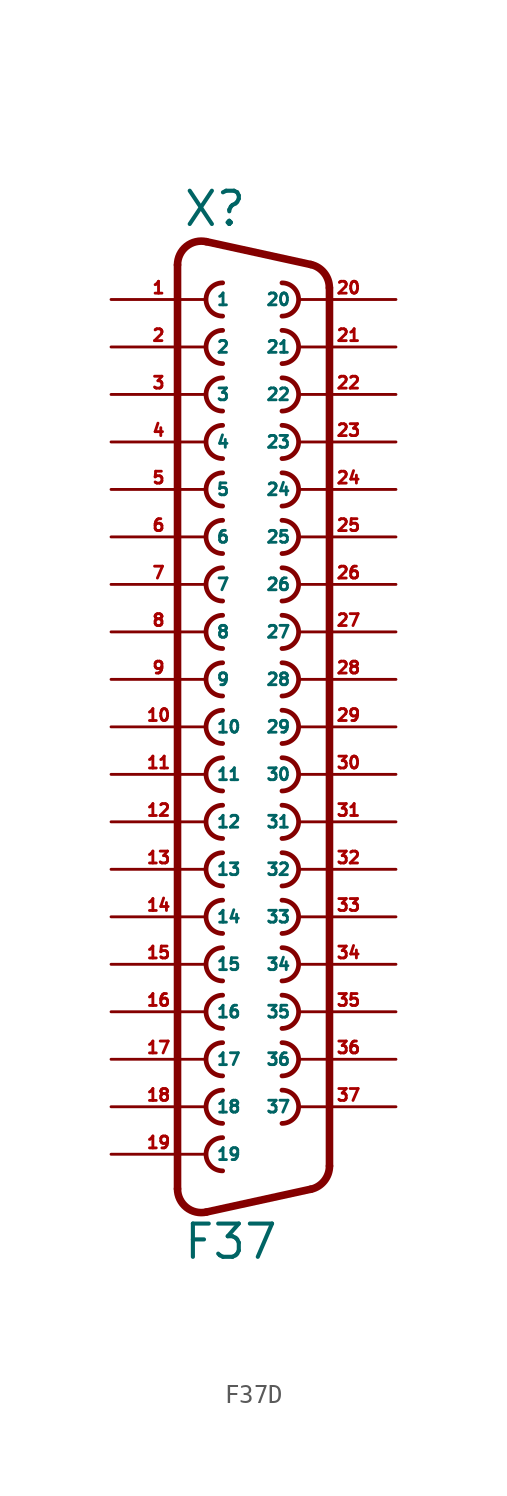
<source format=kicad_sym>
(kicad_symbol_lib
  (version 20220914)
  (generator Eagle2Kicad)
  (symbol "F37D"
    (property "Reference" "X"
      (at -3.81 26.67 0)
      (effects (font (size 1.778 1.778) (thickness 0.22)) (justify left bottom)))
    (property "Value" "F37"
      (at -3.81 -28.575 0)
      (effects (font (size 1.778 1.778) (thickness 0.22)) (justify left bottom)))
    (arc
      (start -1.651 23.749)
      (mid -2.540 22.860)
      (end -1.651 21.971)
      (stroke (width 0.254) (type default))
      (fill (type none)))
    (arc
      (start 1.524 21.971)
      (mid 2.413 22.860)
      (end 1.524 23.749)
      (stroke (width 0.254) (type default))
      (fill (type none)))
    (arc
      (start -1.651 21.209)
      (mid -2.540 20.320)
      (end -1.651 19.431)
      (stroke (width 0.254) (type default))
      (fill (type none)))
    (arc
      (start 1.524 19.431)
      (mid 2.413 20.320)
      (end 1.524 21.209)
      (stroke (width 0.254) (type default))
      (fill (type none)))
    (arc
      (start -1.651 18.669)
      (mid -2.540 17.780)
      (end -1.651 16.891)
      (stroke (width 0.254) (type default))
      (fill (type none)))
    (arc
      (start 1.524 16.891)
      (mid 2.413 17.780)
      (end 1.524 18.669)
      (stroke (width 0.254) (type default))
      (fill (type none)))
    (arc
      (start -1.651 16.129)
      (mid -2.540 15.240)
      (end -1.651 14.351)
      (stroke (width 0.254) (type default))
      (fill (type none)))
    (arc
      (start 1.524 14.351)
      (mid 2.413 15.240)
      (end 1.524 16.129)
      (stroke (width 0.254) (type default))
      (fill (type none)))
    (arc
      (start -1.651 13.589)
      (mid -2.540 12.700)
      (end -1.651 11.811)
      (stroke (width 0.254) (type default))
      (fill (type none)))
    (arc
      (start 1.524 11.811)
      (mid 2.413 12.700)
      (end 1.524 13.589)
      (stroke (width 0.254) (type default))
      (fill (type none)))
    (arc
      (start -1.651 11.049)
      (mid -2.540 10.160)
      (end -1.651 9.271)
      (stroke (width 0.254) (type default))
      (fill (type none)))
    (arc
      (start 1.524 9.271)
      (mid 2.413 10.160)
      (end 1.524 11.049)
      (stroke (width 0.254) (type default))
      (fill (type none)))
    (arc
      (start -1.651 8.509)
      (mid -2.540 7.620)
      (end -1.651 6.731)
      (stroke (width 0.254) (type default))
      (fill (type none)))
    (arc
      (start 1.524 6.731)
      (mid 2.413 7.620)
      (end 1.524 8.509)
      (stroke (width 0.254) (type default))
      (fill (type none)))
    (arc
      (start -1.651 5.969)
      (mid -2.540 5.080)
      (end -1.651 4.191)
      (stroke (width 0.254) (type default))
      (fill (type none)))
    (arc
      (start 1.524 4.191)
      (mid 2.413 5.080)
      (end 1.524 5.969)
      (stroke (width 0.254) (type default))
      (fill (type none)))
    (arc
      (start -1.651 3.429)
      (mid -2.540 2.540)
      (end -1.651 1.651)
      (stroke (width 0.254) (type default))
      (fill (type none)))
    (arc
      (start 1.524 1.651)
      (mid 2.413 2.540)
      (end 1.524 3.429)
      (stroke (width 0.254) (type default))
      (fill (type none)))
    (arc
      (start -1.651 0.889)
      (mid -2.540 0.000)
      (end -1.651 -0.889)
      (stroke (width 0.254) (type default))
      (fill (type none)))
    (arc
      (start 1.524 -0.889)
      (mid 2.413 0.000)
      (end 1.524 0.889)
      (stroke (width 0.254) (type default))
      (fill (type none)))
    (arc
      (start -1.651 -1.651)
      (mid -2.540 -2.540)
      (end -1.651 -3.429)
      (stroke (width 0.254) (type default))
      (fill (type none)))
    (arc
      (start 1.524 -3.429)
      (mid 2.413 -2.540)
      (end 1.524 -1.651)
      (stroke (width 0.254) (type default))
      (fill (type none)))
    (arc
      (start -1.651 -4.191)
      (mid -2.540 -5.080)
      (end -1.651 -5.969)
      (stroke (width 0.254) (type default))
      (fill (type none)))
    (arc
      (start 1.524 -5.969)
      (mid 2.413 -5.080)
      (end 1.524 -4.191)
      (stroke (width 0.254) (type default))
      (fill (type none)))
    (arc
      (start -1.651 -6.731)
      (mid -2.540 -7.620)
      (end -1.651 -8.509)
      (stroke (width 0.254) (type default))
      (fill (type none)))
    (arc
      (start 1.524 -8.509)
      (mid 2.413 -7.620)
      (end 1.524 -6.731)
      (stroke (width 0.254) (type default))
      (fill (type none)))
    (arc
      (start -1.651 -9.271)
      (mid -2.540 -10.160)
      (end -1.651 -11.049)
      (stroke (width 0.254) (type default))
      (fill (type none)))
    (arc
      (start 1.524 -11.049)
      (mid 2.413 -10.160)
      (end 1.524 -9.271)
      (stroke (width 0.254) (type default))
      (fill (type none)))
    (arc
      (start -1.651 -11.811)
      (mid -2.540 -12.700)
      (end -1.651 -13.589)
      (stroke (width 0.254) (type default))
      (fill (type none)))
    (arc
      (start 1.524 -13.589)
      (mid 2.413 -12.700)
      (end 1.524 -11.811)
      (stroke (width 0.254) (type default))
      (fill (type none)))
    (arc
      (start -1.651 -14.351)
      (mid -2.540 -15.240)
      (end -1.651 -16.129)
      (stroke (width 0.254) (type default))
      (fill (type none)))
    (arc
      (start 1.524 -16.129)
      (mid 2.413 -15.240)
      (end 1.524 -14.351)
      (stroke (width 0.254) (type default))
      (fill (type none)))
    (arc
      (start -1.651 -16.891)
      (mid -2.540 -17.780)
      (end -1.651 -18.669)
      (stroke (width 0.254) (type default))
      (fill (type none)))
    (arc
      (start 1.524 -18.669)
      (mid 2.413 -17.780)
      (end 1.524 -16.891)
      (stroke (width 0.254) (type default))
      (fill (type none)))
    (arc
      (start -1.651 -19.431)
      (mid -2.540 -20.320)
      (end -1.651 -21.209)
      (stroke (width 0.254) (type default))
      (fill (type none)))
    (arc
      (start 1.524 -21.209)
      (mid 2.413 -20.320)
      (end 1.524 -19.431)
      (stroke (width 0.254) (type default))
      (fill (type none)))
    (arc
      (start -1.651 -21.971)
      (mid -2.540 -22.860)
      (end -1.651 -23.749)
      (stroke (width 0.254) (type default))
      (fill (type none)))
    (arc
      (start -2.5226 25.952)
      (mid -3.590 25.701)
      (end -4.064 24.7112)
      (stroke (width 0.4064) (type default))
      (fill (type none)))
    (polyline
      (pts (xy -2.523 25.952) (xy 3.065 24.729))
      (stroke (width 0.406) (type default))
      (fill (type none)))
    (arc
      (start 4.0642 23.4888)
      (mid 3.783 24.285)
      (end 3.0654 24.7295)
      (stroke (width 0.4064) (type default))
      (fill (type none)))
    (polyline
      (pts (xy 4.064 -23.489) (xy 4.064 23.489))
      (stroke (width 0.406) (type default))
      (fill (type none)))
    (arc
      (start 3.0654 -24.7294)
      (mid 3.783 -24.285)
      (end 4.064 -23.4888)
      (stroke (width 0.4064) (type default))
      (fill (type none)))
    (polyline
      (pts (xy -4.064 -24.711) (xy -4.064 24.711))
      (stroke (width 0.406) (type default))
      (fill (type none)))
    (polyline
      (pts (xy -2.523 -25.952) (xy 3.065 -24.729))
      (stroke (width 0.406) (type default))
      (fill (type none)))
    (arc
      (start -4.064 -24.7112)
      (mid -3.590 -25.701)
      (end -2.5226 -25.9519)
      (stroke (width 0.4064) (type default))
      (fill (type none)))
    (pin passive line
      (at -7.62 22.86 0)
      (length 5.08)
      (name "1" (effects (font (size 0.635 0.635) (thickness 0.08)) (justify left bottom)))
      (number "1" (effects (font (size 0.635 0.635) (thickness 0.08)) (justify left bottom))))
    (pin passive line
      (at 7.62 22.86 180)
      (length 5.08)
      (name "20" (effects (font (size 0.635 0.635) (thickness 0.08)) (justify left bottom)))
      (number "20" (effects (font (size 0.635 0.635) (thickness 0.08)) (justify left bottom))))
    (pin passive line
      (at -7.62 20.32 0)
      (length 5.08)
      (name "2" (effects (font (size 0.635 0.635) (thickness 0.08)) (justify left bottom)))
      (number "2" (effects (font (size 0.635 0.635) (thickness 0.08)) (justify left bottom))))
    (pin passive line
      (at 7.62 20.32 180)
      (length 5.08)
      (name "21" (effects (font (size 0.635 0.635) (thickness 0.08)) (justify left bottom)))
      (number "21" (effects (font (size 0.635 0.635) (thickness 0.08)) (justify left bottom))))
    (pin passive line
      (at -7.62 17.78 0)
      (length 5.08)
      (name "3" (effects (font (size 0.635 0.635) (thickness 0.08)) (justify left bottom)))
      (number "3" (effects (font (size 0.635 0.635) (thickness 0.08)) (justify left bottom))))
    (pin passive line
      (at 7.62 17.78 180)
      (length 5.08)
      (name "22" (effects (font (size 0.635 0.635) (thickness 0.08)) (justify left bottom)))
      (number "22" (effects (font (size 0.635 0.635) (thickness 0.08)) (justify left bottom))))
    (pin passive line
      (at -7.62 15.24 0)
      (length 5.08)
      (name "4" (effects (font (size 0.635 0.635) (thickness 0.08)) (justify left bottom)))
      (number "4" (effects (font (size 0.635 0.635) (thickness 0.08)) (justify left bottom))))
    (pin passive line
      (at 7.62 15.24 180)
      (length 5.08)
      (name "23" (effects (font (size 0.635 0.635) (thickness 0.08)) (justify left bottom)))
      (number "23" (effects (font (size 0.635 0.635) (thickness 0.08)) (justify left bottom))))
    (pin passive line
      (at -7.62 12.7 0)
      (length 5.08)
      (name "5" (effects (font (size 0.635 0.635) (thickness 0.08)) (justify left bottom)))
      (number "5" (effects (font (size 0.635 0.635) (thickness 0.08)) (justify left bottom))))
    (pin passive line
      (at 7.62 12.7 180)
      (length 5.08)
      (name "24" (effects (font (size 0.635 0.635) (thickness 0.08)) (justify left bottom)))
      (number "24" (effects (font (size 0.635 0.635) (thickness 0.08)) (justify left bottom))))
    (pin passive line
      (at -7.62 10.16 0)
      (length 5.08)
      (name "6" (effects (font (size 0.635 0.635) (thickness 0.08)) (justify left bottom)))
      (number "6" (effects (font (size 0.635 0.635) (thickness 0.08)) (justify left bottom))))
    (pin passive line
      (at 7.62 10.16 180)
      (length 5.08)
      (name "25" (effects (font (size 0.635 0.635) (thickness 0.08)) (justify left bottom)))
      (number "25" (effects (font (size 0.635 0.635) (thickness 0.08)) (justify left bottom))))
    (pin passive line
      (at -7.62 7.62 0)
      (length 5.08)
      (name "7" (effects (font (size 0.635 0.635) (thickness 0.08)) (justify left bottom)))
      (number "7" (effects (font (size 0.635 0.635) (thickness 0.08)) (justify left bottom))))
    (pin passive line
      (at 7.62 7.62 180)
      (length 5.08)
      (name "26" (effects (font (size 0.635 0.635) (thickness 0.08)) (justify left bottom)))
      (number "26" (effects (font (size 0.635 0.635) (thickness 0.08)) (justify left bottom))))
    (pin passive line
      (at -7.62 5.08 0)
      (length 5.08)
      (name "8" (effects (font (size 0.635 0.635) (thickness 0.08)) (justify left bottom)))
      (number "8" (effects (font (size 0.635 0.635) (thickness 0.08)) (justify left bottom))))
    (pin passive line
      (at 7.62 5.08 180)
      (length 5.08)
      (name "27" (effects (font (size 0.635 0.635) (thickness 0.08)) (justify left bottom)))
      (number "27" (effects (font (size 0.635 0.635) (thickness 0.08)) (justify left bottom))))
    (pin passive line
      (at -7.62 2.54 0)
      (length 5.08)
      (name "9" (effects (font (size 0.635 0.635) (thickness 0.08)) (justify left bottom)))
      (number "9" (effects (font (size 0.635 0.635) (thickness 0.08)) (justify left bottom))))
    (pin passive line
      (at 7.62 2.54 180)
      (length 5.08)
      (name "28" (effects (font (size 0.635 0.635) (thickness 0.08)) (justify left bottom)))
      (number "28" (effects (font (size 0.635 0.635) (thickness 0.08)) (justify left bottom))))
    (pin passive line
      (at -7.62 0 0)
      (length 5.08)
      (name "10" (effects (font (size 0.635 0.635) (thickness 0.08)) (justify left bottom)))
      (number "10" (effects (font (size 0.635 0.635) (thickness 0.08)) (justify left bottom))))
    (pin passive line
      (at 7.62 0 180)
      (length 5.08)
      (name "29" (effects (font (size 0.635 0.635) (thickness 0.08)) (justify left bottom)))
      (number "29" (effects (font (size 0.635 0.635) (thickness 0.08)) (justify left bottom))))
    (pin passive line
      (at -7.62 -2.54 0)
      (length 5.08)
      (name "11" (effects (font (size 0.635 0.635) (thickness 0.08)) (justify left bottom)))
      (number "11" (effects (font (size 0.635 0.635) (thickness 0.08)) (justify left bottom))))
    (pin passive line
      (at 7.62 -2.54 180)
      (length 5.08)
      (name "30" (effects (font (size 0.635 0.635) (thickness 0.08)) (justify left bottom)))
      (number "30" (effects (font (size 0.635 0.635) (thickness 0.08)) (justify left bottom))))
    (pin passive line
      (at -7.62 -5.08 0)
      (length 5.08)
      (name "12" (effects (font (size 0.635 0.635) (thickness 0.08)) (justify left bottom)))
      (number "12" (effects (font (size 0.635 0.635) (thickness 0.08)) (justify left bottom))))
    (pin passive line
      (at 7.62 -5.08 180)
      (length 5.08)
      (name "31" (effects (font (size 0.635 0.635) (thickness 0.08)) (justify left bottom)))
      (number "31" (effects (font (size 0.635 0.635) (thickness 0.08)) (justify left bottom))))
    (pin passive line
      (at -7.62 -7.62 0)
      (length 5.08)
      (name "13" (effects (font (size 0.635 0.635) (thickness 0.08)) (justify left bottom)))
      (number "13" (effects (font (size 0.635 0.635) (thickness 0.08)) (justify left bottom))))
    (pin passive line
      (at 7.62 -7.62 180)
      (length 5.08)
      (name "32" (effects (font (size 0.635 0.635) (thickness 0.08)) (justify left bottom)))
      (number "32" (effects (font (size 0.635 0.635) (thickness 0.08)) (justify left bottom))))
    (pin passive line
      (at -7.62 -10.16 0)
      (length 5.08)
      (name "14" (effects (font (size 0.635 0.635) (thickness 0.08)) (justify left bottom)))
      (number "14" (effects (font (size 0.635 0.635) (thickness 0.08)) (justify left bottom))))
    (pin passive line
      (at 7.62 -10.16 180)
      (length 5.08)
      (name "33" (effects (font (size 0.635 0.635) (thickness 0.08)) (justify left bottom)))
      (number "33" (effects (font (size 0.635 0.635) (thickness 0.08)) (justify left bottom))))
    (pin passive line
      (at -7.62 -12.7 0)
      (length 5.08)
      (name "15" (effects (font (size 0.635 0.635) (thickness 0.08)) (justify left bottom)))
      (number "15" (effects (font (size 0.635 0.635) (thickness 0.08)) (justify left bottom))))
    (pin passive line
      (at 7.62 -12.7 180)
      (length 5.08)
      (name "34" (effects (font (size 0.635 0.635) (thickness 0.08)) (justify left bottom)))
      (number "34" (effects (font (size 0.635 0.635) (thickness 0.08)) (justify left bottom))))
    (pin passive line
      (at -7.62 -15.24 0)
      (length 5.08)
      (name "16" (effects (font (size 0.635 0.635) (thickness 0.08)) (justify left bottom)))
      (number "16" (effects (font (size 0.635 0.635) (thickness 0.08)) (justify left bottom))))
    (pin passive line
      (at 7.62 -15.24 180)
      (length 5.08)
      (name "35" (effects (font (size 0.635 0.635) (thickness 0.08)) (justify left bottom)))
      (number "35" (effects (font (size 0.635 0.635) (thickness 0.08)) (justify left bottom))))
    (pin passive line
      (at -7.62 -17.78 0)
      (length 5.08)
      (name "17" (effects (font (size 0.635 0.635) (thickness 0.08)) (justify left bottom)))
      (number "17" (effects (font (size 0.635 0.635) (thickness 0.08)) (justify left bottom))))
    (pin passive line
      (at 7.62 -17.78 180)
      (length 5.08)
      (name "36" (effects (font (size 0.635 0.635) (thickness 0.08)) (justify left bottom)))
      (number "36" (effects (font (size 0.635 0.635) (thickness 0.08)) (justify left bottom))))
    (pin passive line
      (at -7.62 -20.32 0)
      (length 5.08)
      (name "18" (effects (font (size 0.635 0.635) (thickness 0.08)) (justify left bottom)))
      (number "18" (effects (font (size 0.635 0.635) (thickness 0.08)) (justify left bottom))))
    (pin passive line
      (at 7.62 -20.32 180)
      (length 5.08)
      (name "37" (effects (font (size 0.635 0.635) (thickness 0.08)) (justify left bottom)))
      (number "37" (effects (font (size 0.635 0.635) (thickness 0.08)) (justify left bottom))))
    (pin passive line
      (at -7.62 -22.86 0)
      (length 5.08)
      (name "19" (effects (font (size 0.635 0.635) (thickness 0.08)) (justify left bottom)))
      (number "19" (effects (font (size 0.635 0.635) (thickness 0.08)) (justify left bottom))))))
</source>
